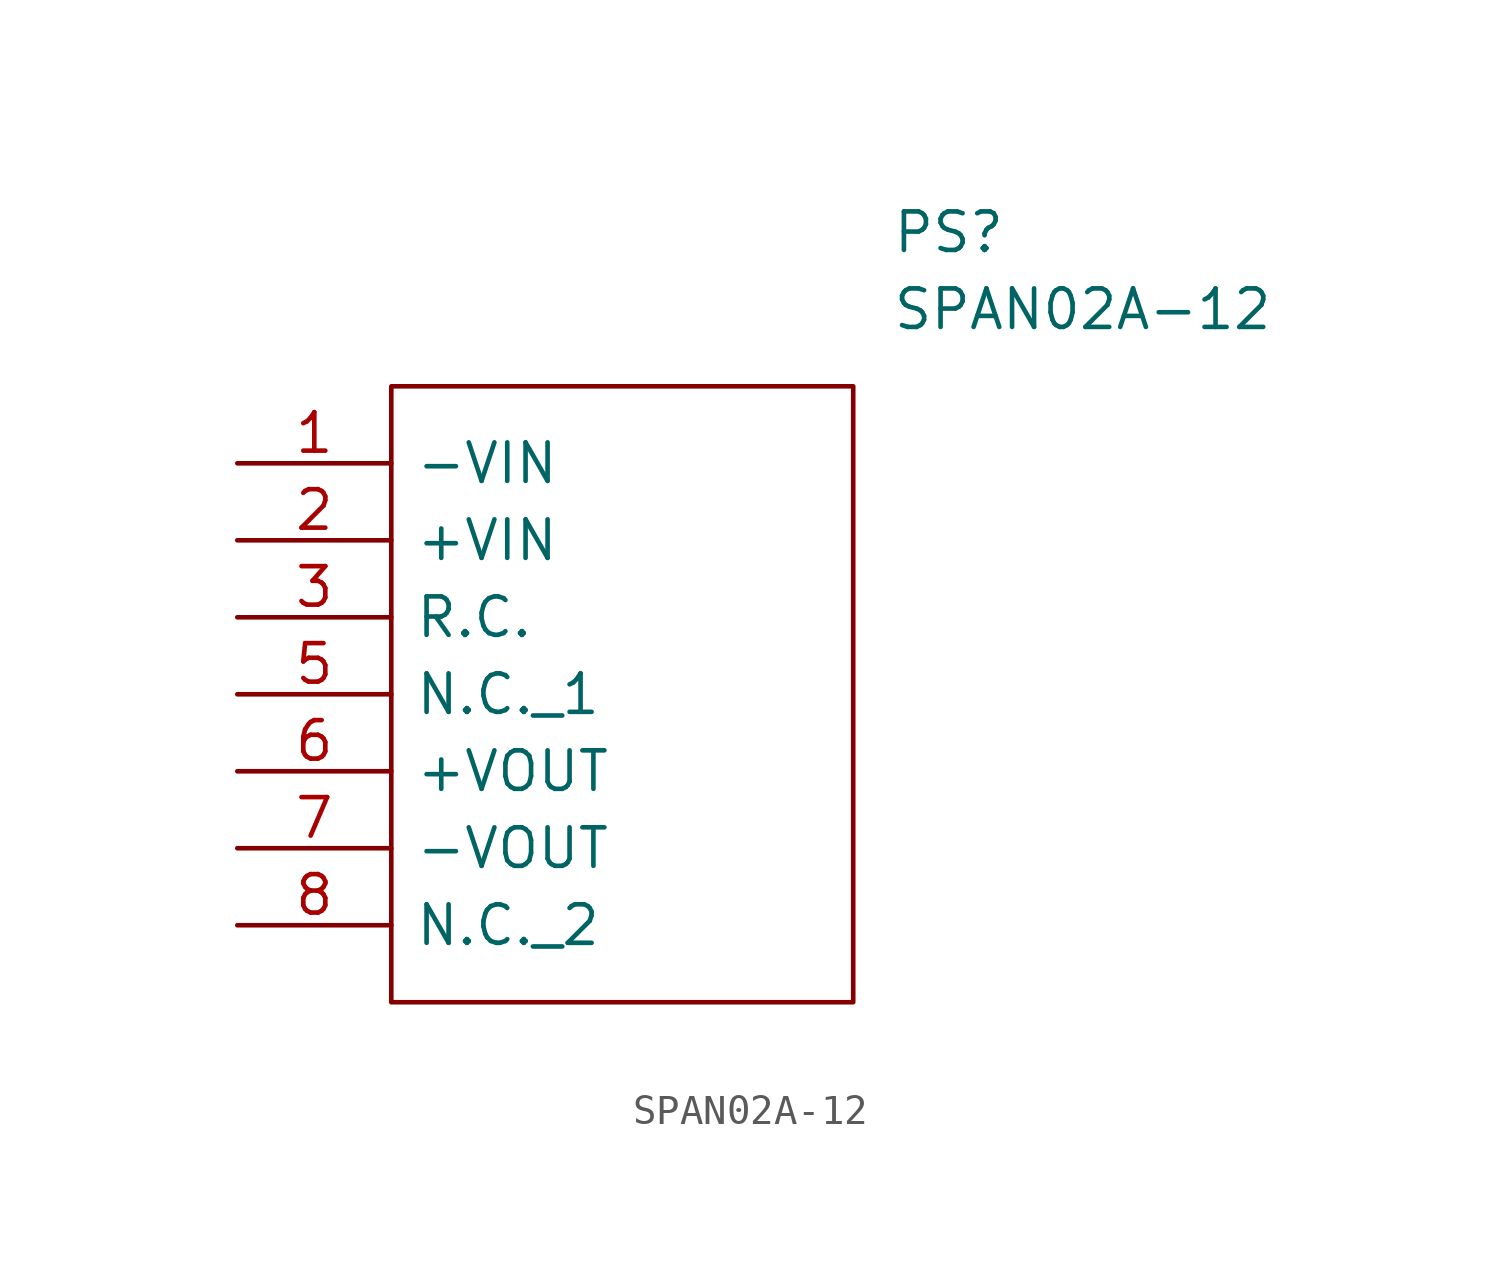
<source format=kicad_sym>
(kicad_symbol_lib
  (version 20211014)
  (generator kicad_symbol_editor)
  (symbol "SPAN02A-12"
    (pin_names
      (offset 0.762))
    (property "Reference" "PS"
      (at 21.59 7.62 0)
      (effects (font (size 1.27 1.27)) (justify left)))
    (property "Value" "SPAN02A-12"
      (at 21.59 5.08 0)
      (effects (font (size 1.27 1.27)) (justify left)))
    (symbol "SPAN02A-12_0_0"
      (pin passive line (at 0 0 0) (length 5.08) (name "-VIN" (effects (font (size 1.27 1.27)))) (number "1" (effects (font (size 1.27 1.27)))))
      (pin passive line (at 0 -2.54 0) (length 5.08) (name "+VIN" (effects (font (size 1.27 1.27)))) (number "2" (effects (font (size 1.27 1.27)))))
      (pin passive line (at 0 -5.08 0) (length 5.08) (name "R.C." (effects (font (size 1.27 1.27)))) (number "3" (effects (font (size 1.27 1.27)))))
      (pin passive line (at 0 -7.62 0) (length 5.08) (name "N.C._1" (effects (font (size 1.27 1.27)))) (number "5" (effects (font (size 1.27 1.27)))))
      (pin passive line (at 0 -10.16 0) (length 5.08) (name "+VOUT" (effects (font (size 1.27 1.27)))) (number "6" (effects (font (size 1.27 1.27)))))
      (pin passive line (at 0 -12.7 0) (length 5.08) (name "-VOUT" (effects (font (size 1.27 1.27)))) (number "7" (effects (font (size 1.27 1.27)))))
      (pin passive line (at 0 -15.24 0) (length 5.08) (name "N.C._2" (effects (font (size 1.27 1.27)))) (number "8" (effects (font (size 1.27 1.27))))))
    (symbol "SPAN02A-12_0_1"
      (polyline (pts (xy 5.08 2.54) (xy 20.32 2.54) (xy 20.32 -17.78) (xy 5.08 -17.78) (xy 5.08 2.54)) (stroke (width 0.152) (type default) (color 0 0 0 0)) (fill (type none))))))
</source>
